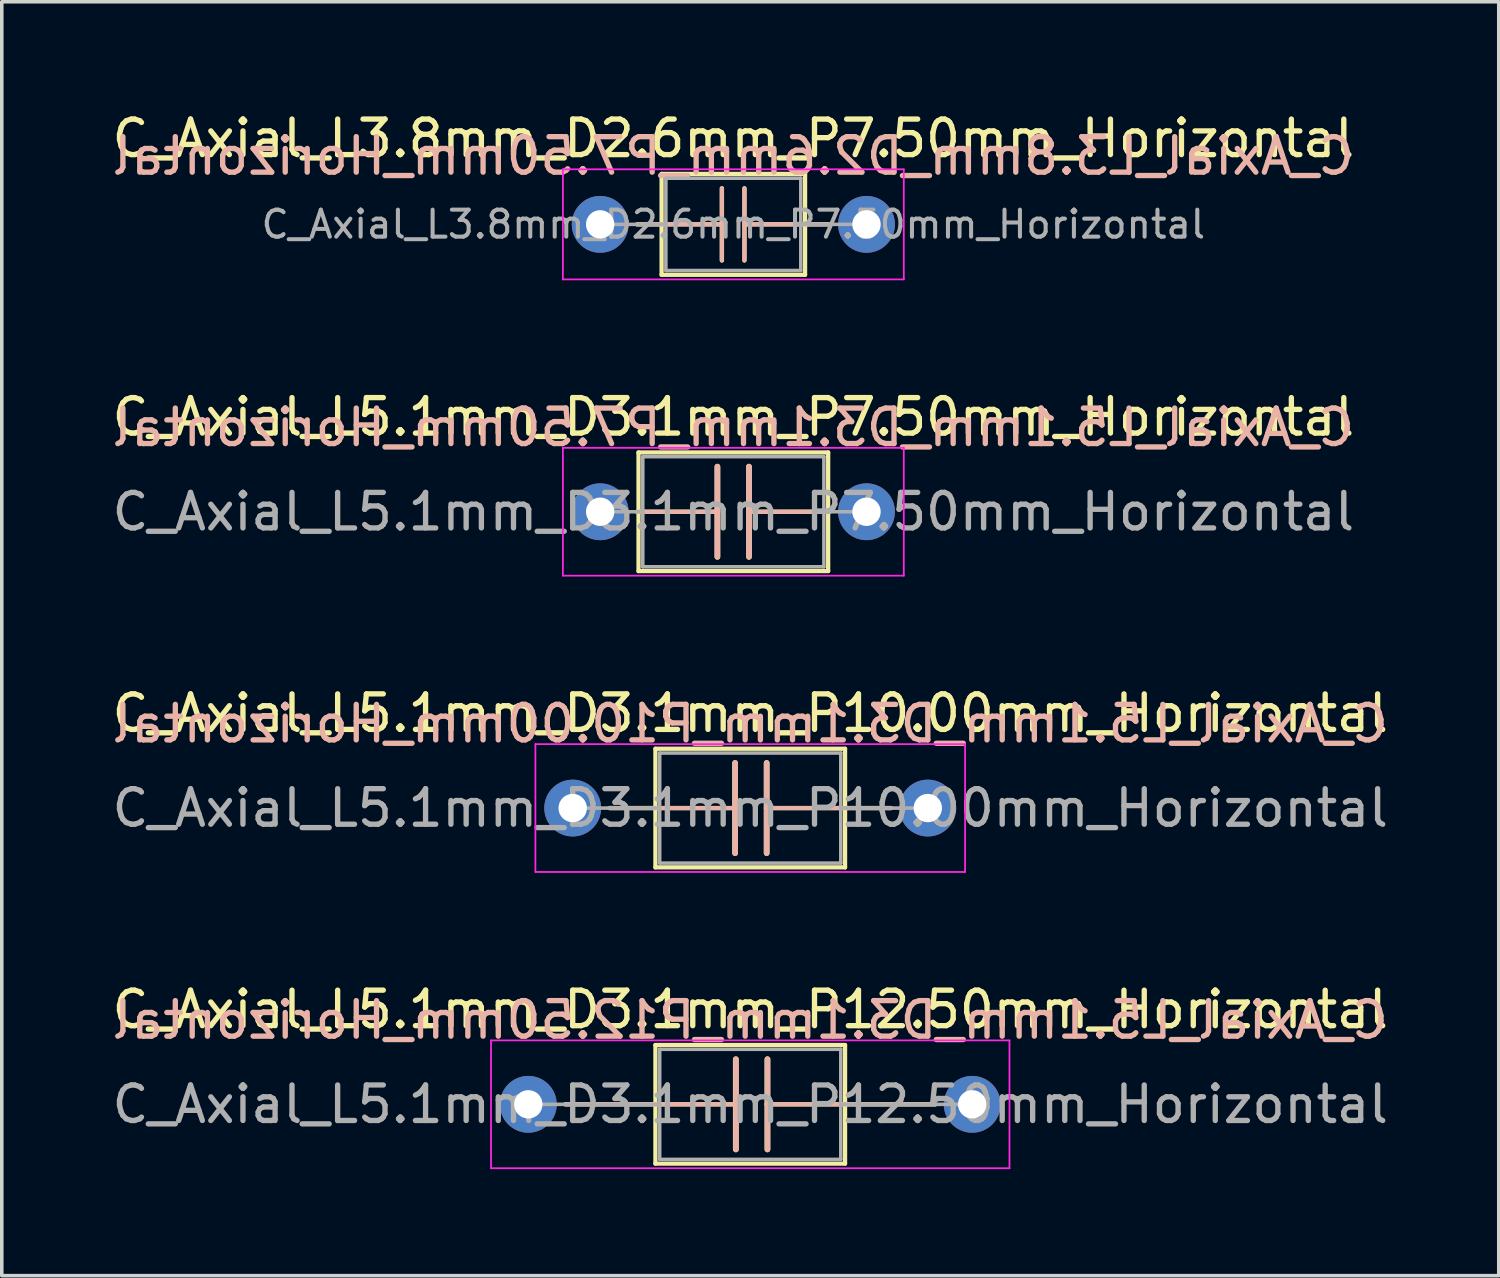
<source format=kicad_pcb>
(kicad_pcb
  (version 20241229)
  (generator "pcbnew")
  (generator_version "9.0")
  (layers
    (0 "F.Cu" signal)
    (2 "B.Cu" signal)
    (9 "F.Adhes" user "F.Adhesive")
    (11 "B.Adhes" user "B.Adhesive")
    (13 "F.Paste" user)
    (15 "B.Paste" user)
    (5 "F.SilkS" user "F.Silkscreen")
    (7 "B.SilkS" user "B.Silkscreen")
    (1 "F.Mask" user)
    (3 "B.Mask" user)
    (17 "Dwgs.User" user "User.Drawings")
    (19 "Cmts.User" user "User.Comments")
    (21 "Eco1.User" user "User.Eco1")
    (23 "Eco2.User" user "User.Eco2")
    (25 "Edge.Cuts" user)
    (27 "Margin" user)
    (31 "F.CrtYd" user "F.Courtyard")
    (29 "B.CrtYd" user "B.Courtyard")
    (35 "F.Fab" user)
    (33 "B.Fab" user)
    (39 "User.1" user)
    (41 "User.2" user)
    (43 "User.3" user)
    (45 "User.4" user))
  (footprint "C_Axial_L5.1mm_D3.1mm_P7.50mm_Horizontal"
    (layer "F.Cu")
    (at 13.851 11.361)
    (property "Reference" "C_Axial_L5.1mm_D3.1mm_P7.50mm_Horizontal" (at 3.75 -2.67 0) (layer "F.SilkS") (effects (font (size 1 1) (thickness 0.15))))
    (fp_line (start 1.04 0) (end 1.08 0) (stroke (width 0.12) (type solid)) (layer "F.SilkS"))
    (fp_line (start 1.08 -1.67) (end 1.08 1.67) (stroke (width 0.12) (type solid)) (layer "F.SilkS"))
    (fp_line (start 1.08 0) (end 3.302 0) (stroke (width 0.12) (type solid)) (layer "F.SilkS"))
    (fp_line (start 1.08 1.67) (end 6.42 1.67) (stroke (width 0.12) (type solid)) (layer "F.SilkS"))
    (fp_line (start 3.302 0) (end 3.302 -1.27) (stroke (width 0.16) (type solid)) (layer "F.SilkS"))
    (fp_line (start 3.302 0) (end 3.302 1.27) (stroke (width 0.16) (type solid)) (layer "F.SilkS"))
    (fp_line (start 4.191 0) (end 4.191 -1.27) (stroke (width 0.16) (type solid)) (layer "F.SilkS"))
    (fp_line (start 4.191 0) (end 4.191 1.27) (stroke (width 0.16) (type solid)) (layer "F.SilkS"))
    (fp_line (start 6.42 -1.67) (end 1.08 -1.67) (stroke (width 0.12) (type solid)) (layer "F.SilkS"))
    (fp_line (start 6.42 1.67) (end 6.42 -1.67) (stroke (width 0.12) (type solid)) (layer "F.SilkS"))
    (fp_line (start 6.46 0) (end 4.191 0) (stroke (width 0.12) (type solid)) (layer "F.SilkS"))
    (fp_line (start 6.46 0) (end 6.42 0) (stroke (width 0.12) (type solid)) (layer "F.SilkS"))
    (fp_line (start 1.038 0) (end 1.078 0) (stroke (width 0.12) (type solid)) (layer "B.SilkS"))
    (fp_line (start 1.078 0) (end 3.3 0) (stroke (width 0.12) (type solid)) (layer "B.SilkS"))
    (fp_line (start 3.3 0) (end 3.3 -1.27) (stroke (width 0.16) (type solid)) (layer "B.SilkS"))
    (fp_line (start 3.3 0) (end 3.3 1.27) (stroke (width 0.16) (type solid)) (layer "B.SilkS"))
    (fp_line (start 4.189 0) (end 4.189 -1.27) (stroke (width 0.16) (type solid)) (layer "B.SilkS"))
    (fp_line (start 4.189 0) (end 4.189 1.27) (stroke (width 0.16) (type solid)) (layer "B.SilkS"))
    (fp_line (start 6.458 0) (end 4.189 0) (stroke (width 0.12) (type solid)) (layer "B.SilkS"))
    (fp_line (start 6.458 0) (end 6.418 0) (stroke (width 0.12) (type solid)) (layer "B.SilkS"))
    (fp_line (start -1.05 -1.8) (end -1.05 1.8) (stroke (width 0.05) (type solid)) (layer "F.CrtYd"))
    (fp_line (start -1.05 1.8) (end 8.55 1.8) (stroke (width 0.05) (type solid)) (layer "F.CrtYd"))
    (fp_line (start 8.55 -1.8) (end -1.05 -1.8) (stroke (width 0.05) (type solid)) (layer "F.CrtYd"))
    (fp_line (start 8.55 1.8) (end 8.55 -1.8) (stroke (width 0.05) (type solid)) (layer "F.CrtYd"))
    (fp_line (start 0 0) (end 1.2 0) (stroke (width 0.1) (type solid)) (layer "F.Fab"))
    (fp_line (start 1.2 -1.55) (end 1.2 1.55) (stroke (width 0.1) (type solid)) (layer "F.Fab"))
    (fp_line (start 1.2 1.55) (end 6.3 1.55) (stroke (width 0.1) (type solid)) (layer "F.Fab"))
    (fp_line (start 6.3 -1.55) (end 1.2 -1.55) (stroke (width 0.1) (type solid)) (layer "F.Fab"))
    (fp_line (start 6.3 1.55) (end 6.3 -1.55) (stroke (width 0.1) (type solid)) (layer "F.Fab"))
    (fp_line (start 7.5 0) (end 6.3 0) (stroke (width 0.1) (type solid)) (layer "F.Fab"))
    (fp_text user "${REFERENCE}" (at 3.75 -2.375 0) (layer "B.SilkS") (effects (font (size 1 1) (thickness 0.15)) (justify mirror)))
    (fp_text user "${REFERENCE}" (at 3.75 0 0) (layer "F.Fab") (effects (font (size 1 1) (thickness 0.15))))
    (pad "1" thru_hole circle (at 0 0) (size 1.6 1.6) (drill 0.8) (layers "*.Cu" "*.Mask"))
    (pad "2" thru_hole oval (at 7.5 0) (size 1.6 1.6) (drill 0.8) (layers "*.Cu" "*.Mask")))
  (footprint "C_Axial_L3.8mm_D2.6mm_P7.50mm_Horizontal"
    (layer "F.Cu")
    (at 13.851 3.268)
    (property "Reference" "C_Axial_L3.8mm_D2.6mm_P7.50mm_Horizontal" (at 3.75 -2.42 0) (layer "F.SilkS") (effects (font (size 1 1) (thickness 0.15))))
    (fp_line (start 1.04 0) (end 1.73 0) (stroke (width 0.12) (type solid)) (layer "F.SilkS"))
    (fp_line (start 1.73 -1.42) (end 1.73 1.42) (stroke (width 0.12) (type solid)) (layer "F.SilkS"))
    (fp_line (start 1.73 0) (end 3.429 0) (stroke (width 0.12) (type solid)) (layer "F.SilkS"))
    (fp_line (start 1.73 1.42) (end 5.77 1.42) (stroke (width 0.12) (type solid)) (layer "F.SilkS"))
    (fp_line (start 3.429 0) (end 3.429 -1.016) (stroke (width 0.12) (type solid)) (layer "F.SilkS"))
    (fp_line (start 3.429 0) (end 3.429 1.016) (stroke (width 0.12) (type solid)) (layer "F.SilkS"))
    (fp_line (start 4.064 0) (end 4.064 -1.016) (stroke (width 0.12) (type solid)) (layer "F.SilkS"))
    (fp_line (start 4.064 0) (end 4.064 1.016) (stroke (width 0.12) (type solid)) (layer "F.SilkS"))
    (fp_line (start 5.77 -1.42) (end 1.73 -1.42) (stroke (width 0.12) (type solid)) (layer "F.SilkS"))
    (fp_line (start 5.77 0) (end 4.064 0) (stroke (width 0.12) (type solid)) (layer "F.SilkS"))
    (fp_line (start 5.77 1.42) (end 5.77 -1.42) (stroke (width 0.12) (type solid)) (layer "F.SilkS"))
    (fp_line (start 6.46 0) (end 5.77 0) (stroke (width 0.12) (type solid)) (layer "F.SilkS"))
    (fp_line (start 1.036 0) (end 1.726 0) (stroke (width 0.12) (type solid)) (layer "B.SilkS"))
    (fp_line (start 1.726 0) (end 3.425 0) (stroke (width 0.12) (type solid)) (layer "B.SilkS"))
    (fp_line (start 3.425 0) (end 3.425 -1.016) (stroke (width 0.12) (type solid)) (layer "B.SilkS"))
    (fp_line (start 3.425 0) (end 3.425 1.016) (stroke (width 0.12) (type solid)) (layer "B.SilkS"))
    (fp_line (start 4.06 0) (end 4.06 -1.016) (stroke (width 0.12) (type solid)) (layer "B.SilkS"))
    (fp_line (start 4.06 0) (end 4.06 1.016) (stroke (width 0.12) (type solid)) (layer "B.SilkS"))
    (fp_line (start 5.766 0) (end 4.06 0) (stroke (width 0.12) (type solid)) (layer "B.SilkS"))
    (fp_line (start 6.456 0) (end 5.766 0) (stroke (width 0.12) (type solid)) (layer "B.SilkS"))
    (fp_line (start -1.05 -1.55) (end -1.05 1.55) (stroke (width 0.05) (type solid)) (layer "F.CrtYd"))
    (fp_line (start -1.05 1.55) (end 8.55 1.55) (stroke (width 0.05) (type solid)) (layer "F.CrtYd"))
    (fp_line (start 8.55 -1.55) (end -1.05 -1.55) (stroke (width 0.05) (type solid)) (layer "F.CrtYd"))
    (fp_line (start 8.55 1.55) (end 8.55 -1.55) (stroke (width 0.05) (type solid)) (layer "F.CrtYd"))
    (fp_line (start 0 0) (end 1.85 0) (stroke (width 0.1) (type solid)) (layer "F.Fab"))
    (fp_line (start 1.85 -1.3) (end 1.85 1.3) (stroke (width 0.1) (type solid)) (layer "F.Fab"))
    (fp_line (start 1.85 1.3) (end 5.65 1.3) (stroke (width 0.1) (type solid)) (layer "F.Fab"))
    (fp_line (start 5.65 -1.3) (end 1.85 -1.3) (stroke (width 0.1) (type solid)) (layer "F.Fab"))
    (fp_line (start 5.65 1.3) (end 5.65 -1.3) (stroke (width 0.1) (type solid)) (layer "F.Fab"))
    (fp_line (start 7.5 0) (end 5.65 0) (stroke (width 0.1) (type solid)) (layer "F.Fab"))
    (fp_text user "${REFERENCE}" (at 3.75 -1.925 0) (layer "B.SilkS") (effects (font (size 1 1) (thickness 0.15)) (justify mirror)))
    (fp_text user "${REFERENCE}" (at 3.75 0 0) (layer "F.Fab") (effects (font (size 0.76 0.76) (thickness 0.114))))
    (pad "1" thru_hole circle (at 0 0) (size 1.6 1.6) (drill 0.8) (layers "*.Cu" "*.Mask"))
    (pad "2" thru_hole oval (at 7.5 0) (size 1.6 1.6) (drill 0.8) (layers "*.Cu" "*.Mask")))
  (footprint "C_Axial_L5.1mm_D3.1mm_P12.50mm_Horizontal"
    (layer "F.Cu")
    (at 11.827 28.048)
    (property "Reference" "C_Axial_L5.1mm_D3.1mm_P12.50mm_Horizontal" (at 6.25 -2.67 0) (layer "F.SilkS") (effects (font (size 1 1) (thickness 0.15))))
    (fp_line (start 1.04 0) (end 3.58 0) (stroke (width 0.12) (type solid)) (layer "F.SilkS"))
    (fp_line (start 3.58 -1.67) (end 3.58 1.67) (stroke (width 0.12) (type solid)) (layer "F.SilkS"))
    (fp_line (start 3.58 0) (end 5.842 0) (stroke (width 0.12) (type solid)) (layer "F.SilkS"))
    (fp_line (start 3.58 1.67) (end 8.92 1.67) (stroke (width 0.12) (type solid)) (layer "F.SilkS"))
    (fp_line (start 5.842 0) (end 5.842 -1.27) (stroke (width 0.16) (type solid)) (layer "F.SilkS"))
    (fp_line (start 5.842 0) (end 5.842 1.27) (stroke (width 0.16) (type solid)) (layer "F.SilkS"))
    (fp_line (start 6.731 0) (end 6.731 -1.27) (stroke (width 0.16) (type solid)) (layer "F.SilkS"))
    (fp_line (start 6.731 0) (end 6.731 1.27) (stroke (width 0.16) (type solid)) (layer "F.SilkS"))
    (fp_line (start 8.92 -1.67) (end 3.58 -1.67) (stroke (width 0.12) (type solid)) (layer "F.SilkS"))
    (fp_line (start 8.92 0) (end 6.731 0) (stroke (width 0.12) (type solid)) (layer "F.SilkS"))
    (fp_line (start 8.92 1.67) (end 8.92 -1.67) (stroke (width 0.12) (type solid)) (layer "F.SilkS"))
    (fp_line (start 11.46 0) (end 8.92 0) (stroke (width 0.12) (type solid)) (layer "F.SilkS"))
    (fp_line (start 1.048 0) (end 3.588 0) (stroke (width 0.12) (type solid)) (layer "B.SilkS"))
    (fp_line (start 3.588 0) (end 5.85 0) (stroke (width 0.12) (type solid)) (layer "B.SilkS"))
    (fp_line (start 5.85 0) (end 5.85 -1.27) (stroke (width 0.16) (type solid)) (layer "B.SilkS"))
    (fp_line (start 5.85 0) (end 5.85 1.27) (stroke (width 0.16) (type solid)) (layer "B.SilkS"))
    (fp_line (start 6.739 0) (end 6.739 -1.27) (stroke (width 0.16) (type solid)) (layer "B.SilkS"))
    (fp_line (start 6.739 0) (end 6.739 1.27) (stroke (width 0.16) (type solid)) (layer "B.SilkS"))
    (fp_line (start 8.928 0) (end 6.739 0) (stroke (width 0.12) (type solid)) (layer "B.SilkS"))
    (fp_line (start 11.468 0) (end 8.928 0) (stroke (width 0.12) (type solid)) (layer "B.SilkS"))
    (fp_line (start -1.05 -1.8) (end -1.05 1.8) (stroke (width 0.05) (type solid)) (layer "F.CrtYd"))
    (fp_line (start -1.05 1.8) (end 13.55 1.8) (stroke (width 0.05) (type solid)) (layer "F.CrtYd"))
    (fp_line (start 13.55 -1.8) (end -1.05 -1.8) (stroke (width 0.05) (type solid)) (layer "F.CrtYd"))
    (fp_line (start 13.55 1.8) (end 13.55 -1.8) (stroke (width 0.05) (type solid)) (layer "F.CrtYd"))
    (fp_line (start 0 0) (end 3.7 0) (stroke (width 0.1) (type solid)) (layer "F.Fab"))
    (fp_line (start 3.7 -1.55) (end 3.7 1.55) (stroke (width 0.1) (type solid)) (layer "F.Fab"))
    (fp_line (start 3.7 1.55) (end 8.8 1.55) (stroke (width 0.1) (type solid)) (layer "F.Fab"))
    (fp_line (start 8.8 -1.55) (end 3.7 -1.55) (stroke (width 0.1) (type solid)) (layer "F.Fab"))
    (fp_line (start 8.8 1.55) (end 8.8 -1.55) (stroke (width 0.1) (type solid)) (layer "F.Fab"))
    (fp_line (start 12.5 0) (end 8.8 0) (stroke (width 0.1) (type solid)) (layer "F.Fab"))
    (fp_text user "${REFERENCE}" (at 6.25 -2.375 0) (layer "B.SilkS") (effects (font (size 1 1) (thickness 0.15)) (justify mirror)))
    (fp_text user "${REFERENCE}" (at 6.25 0 0) (layer "F.Fab") (effects (font (size 1 1) (thickness 0.15))))
    (pad "1" thru_hole circle (at 0 0) (size 1.6 1.6) (drill 0.8) (layers "*.Cu" "*.Mask"))
    (pad "2" thru_hole oval (at 12.5 0) (size 1.6 1.6) (drill 0.8) (layers "*.Cu" "*.Mask")))
  (footprint "C_Axial_L5.1mm_D3.1mm_P10.00mm_Horizontal"
    (layer "F.Cu")
    (at 13.077 19.705)
    (property "Reference" "C_Axial_L5.1mm_D3.1mm_P10.00mm_Horizontal" (at 5 -2.67 0) (layer "F.SilkS") (effects (font (size 1 1) (thickness 0.15))))
    (fp_line (start 1.04 0) (end 2.33 0) (stroke (width 0.12) (type solid)) (layer "F.SilkS"))
    (fp_line (start 2.33 -1.67) (end 2.33 1.67) (stroke (width 0.12) (type solid)) (layer "F.SilkS"))
    (fp_line (start 2.33 0) (end 4.572 0) (stroke (width 0.12) (type solid)) (layer "F.SilkS"))
    (fp_line (start 2.33 1.67) (end 7.67 1.67) (stroke (width 0.12) (type solid)) (layer "F.SilkS"))
    (fp_line (start 4.572 0) (end 4.572 -1.27) (stroke (width 0.16) (type solid)) (layer "F.SilkS"))
    (fp_line (start 4.572 0) (end 4.572 1.27) (stroke (width 0.16) (type solid)) (layer "F.SilkS"))
    (fp_line (start 5.461 0) (end 5.461 -1.27) (stroke (width 0.16) (type solid)) (layer "F.SilkS"))
    (fp_line (start 5.461 0) (end 5.461 1.27) (stroke (width 0.16) (type solid)) (layer "F.SilkS"))
    (fp_line (start 7.67 -1.67) (end 2.33 -1.67) (stroke (width 0.12) (type solid)) (layer "F.SilkS"))
    (fp_line (start 7.67 0) (end 5.461 0) (stroke (width 0.12) (type solid)) (layer "F.SilkS"))
    (fp_line (start 7.67 1.67) (end 7.67 -1.67) (stroke (width 0.12) (type solid)) (layer "F.SilkS"))
    (fp_line (start 8.96 0) (end 7.67 0) (stroke (width 0.12) (type solid)) (layer "F.SilkS"))
    (fp_line (start 1.043 0) (end 2.333 0) (stroke (width 0.12) (type solid)) (layer "B.SilkS"))
    (fp_line (start 2.333 0) (end 4.575 0) (stroke (width 0.12) (type solid)) (layer "B.SilkS"))
    (fp_line (start 4.575 0) (end 4.575 -1.27) (stroke (width 0.16) (type solid)) (layer "B.SilkS"))
    (fp_line (start 4.575 0) (end 4.575 1.27) (stroke (width 0.16) (type solid)) (layer "B.SilkS"))
    (fp_line (start 5.464 0) (end 5.464 -1.27) (stroke (width 0.16) (type solid)) (layer "B.SilkS"))
    (fp_line (start 5.464 0) (end 5.464 1.27) (stroke (width 0.16) (type solid)) (layer "B.SilkS"))
    (fp_line (start 7.673 0) (end 5.464 0) (stroke (width 0.12) (type solid)) (layer "B.SilkS"))
    (fp_line (start 8.963 0) (end 7.673 0) (stroke (width 0.12) (type solid)) (layer "B.SilkS"))
    (fp_line (start -1.05 -1.8) (end -1.05 1.8) (stroke (width 0.05) (type solid)) (layer "F.CrtYd"))
    (fp_line (start -1.05 1.8) (end 11.05 1.8) (stroke (width 0.05) (type solid)) (layer "F.CrtYd"))
    (fp_line (start 11.05 -1.8) (end -1.05 -1.8) (stroke (width 0.05) (type solid)) (layer "F.CrtYd"))
    (fp_line (start 11.05 1.8) (end 11.05 -1.8) (stroke (width 0.05) (type solid)) (layer "F.CrtYd"))
    (fp_line (start 0 0) (end 2.45 0) (stroke (width 0.1) (type solid)) (layer "F.Fab"))
    (fp_line (start 2.45 -1.55) (end 2.45 1.55) (stroke (width 0.1) (type solid)) (layer "F.Fab"))
    (fp_line (start 2.45 1.55) (end 7.55 1.55) (stroke (width 0.1) (type solid)) (layer "F.Fab"))
    (fp_line (start 7.55 -1.55) (end 2.45 -1.55) (stroke (width 0.1) (type solid)) (layer "F.Fab"))
    (fp_line (start 7.55 1.55) (end 7.55 -1.55) (stroke (width 0.1) (type solid)) (layer "F.Fab"))
    (fp_line (start 10 0) (end 7.55 0) (stroke (width 0.1) (type solid)) (layer "F.Fab"))
    (fp_text user "${REFERENCE}" (at 5 -2.375 0) (layer "B.SilkS") (effects (font (size 1 1) (thickness 0.15)) (justify mirror)))
    (fp_text user "${REFERENCE}" (at 5 0 0) (layer "F.Fab") (effects (font (size 1 1) (thickness 0.15))))
    (pad "1" thru_hole circle (at 0 0) (size 1.6 1.6) (drill 0.8) (layers "*.Cu" "*.Mask"))
    (pad "2" thru_hole oval (at 10 0) (size 1.6 1.6) (drill 0.8) (layers "*.Cu" "*.Mask")))
  (gr_rect
    (start -3 -3)
    (end 39.155 32.873)
    (stroke (width 0.1) (type default))
    (fill no)
    (layer "Edge.Cuts")))
</source>
